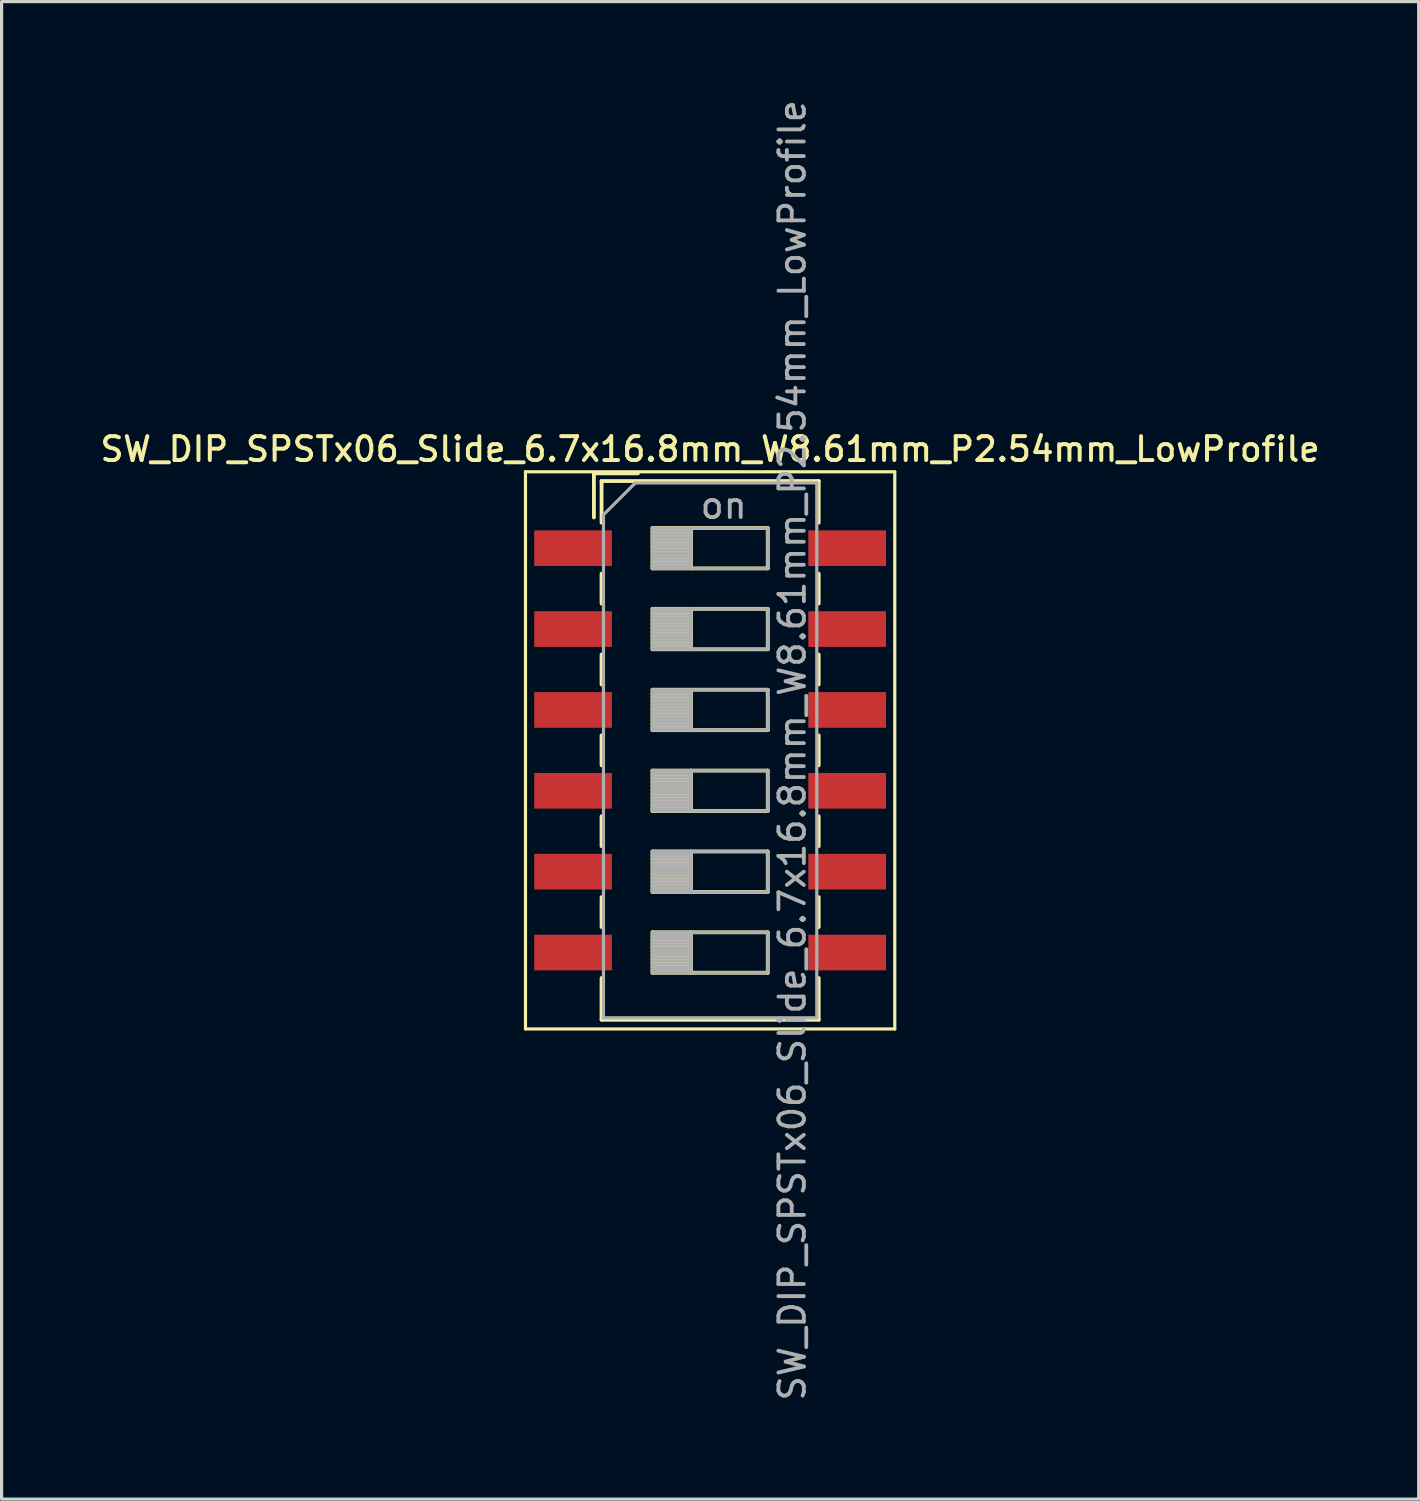
<source format=kicad_pcb>
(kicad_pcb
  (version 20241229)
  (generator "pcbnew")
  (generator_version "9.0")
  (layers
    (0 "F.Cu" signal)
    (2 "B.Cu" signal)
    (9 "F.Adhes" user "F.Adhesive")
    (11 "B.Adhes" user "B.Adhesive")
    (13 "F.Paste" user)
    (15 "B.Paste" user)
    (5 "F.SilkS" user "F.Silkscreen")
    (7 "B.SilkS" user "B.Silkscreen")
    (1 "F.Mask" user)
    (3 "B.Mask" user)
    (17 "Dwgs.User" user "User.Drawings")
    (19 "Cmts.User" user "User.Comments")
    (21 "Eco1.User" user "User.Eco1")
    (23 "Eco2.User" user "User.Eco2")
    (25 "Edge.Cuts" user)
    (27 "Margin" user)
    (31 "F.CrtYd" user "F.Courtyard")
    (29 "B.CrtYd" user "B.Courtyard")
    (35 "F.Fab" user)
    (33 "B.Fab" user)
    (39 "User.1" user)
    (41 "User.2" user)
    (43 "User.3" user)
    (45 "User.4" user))
  (footprint "SW_DIP_SPSTx06_Slide_6.7x16.8mm_W8.61mm_P2.54mm_LowProfile"
    (layer "F.Cu")
    (at 19.255 20.519)
    (property "Reference" "SW_DIP_SPSTx06_Slide_6.7x16.8mm_W8.61mm_P2.54mm_LowProfile" (at 0 -9.46 0) (layer "F.SilkS") (effects (font (size 0.75 0.75) (thickness 0.125))))
    (attr smd)
    (fp_line (start -5.8 -8.75) (end -5.8 8.75) (stroke (width 0.1) (type solid)) (layer "F.SilkS"))
    (fp_line (start -5.8 8.75) (end 5.8 8.75) (stroke (width 0.1) (type solid)) (layer "F.SilkS"))
    (fp_line (start -3.65 -8.7) (end -3.65 -7.317) (stroke (width 0.12) (type solid)) (layer "F.SilkS"))
    (fp_line (start -3.65 -8.7) (end -2.267 -8.7) (stroke (width 0.12) (type solid)) (layer "F.SilkS"))
    (fp_line (start -3.41 -8.46) (end -3.41 -7.15) (stroke (width 0.12) (type solid)) (layer "F.SilkS"))
    (fp_line (start -3.41 -8.46) (end 3.41 -8.46) (stroke (width 0.12) (type solid)) (layer "F.SilkS"))
    (fp_line (start -3.41 -5.55) (end -3.41 -4.61) (stroke (width 0.12) (type solid)) (layer "F.SilkS"))
    (fp_line (start -3.41 -3.01) (end -3.41 -2.07) (stroke (width 0.12) (type solid)) (layer "F.SilkS"))
    (fp_line (start -3.41 -0.47) (end -3.41 0.47) (stroke (width 0.12) (type solid)) (layer "F.SilkS"))
    (fp_line (start -3.41 2.07) (end -3.41 3.01) (stroke (width 0.12) (type solid)) (layer "F.SilkS"))
    (fp_line (start -3.41 4.61) (end -3.41 5.55) (stroke (width 0.12) (type solid)) (layer "F.SilkS"))
    (fp_line (start -3.41 7.15) (end -3.41 8.461) (stroke (width 0.12) (type solid)) (layer "F.SilkS"))
    (fp_line (start -3.41 8.461) (end 3.41 8.461) (stroke (width 0.12) (type solid)) (layer "F.SilkS"))
    (fp_line (start -1.81 -6.985) (end -1.81 -5.715) (stroke (width 0.12) (type solid)) (layer "F.SilkS"))
    (fp_line (start -1.81 -6.865) (end -0.603 -6.865) (stroke (width 0.12) (type solid)) (layer "F.SilkS"))
    (fp_line (start -1.81 -6.745) (end -0.603 -6.745) (stroke (width 0.12) (type solid)) (layer "F.SilkS"))
    (fp_line (start -1.81 -6.625) (end -0.603 -6.625) (stroke (width 0.12) (type solid)) (layer "F.SilkS"))
    (fp_line (start -1.81 -6.505) (end -0.603 -6.505) (stroke (width 0.12) (type solid)) (layer "F.SilkS"))
    (fp_line (start -1.81 -6.385) (end -0.603 -6.385) (stroke (width 0.12) (type solid)) (layer "F.SilkS"))
    (fp_line (start -1.81 -6.265) (end -0.603 -6.265) (stroke (width 0.12) (type solid)) (layer "F.SilkS"))
    (fp_line (start -1.81 -6.145) (end -0.603 -6.145) (stroke (width 0.12) (type solid)) (layer "F.SilkS"))
    (fp_line (start -1.81 -6.025) (end -0.603 -6.025) (stroke (width 0.12) (type solid)) (layer "F.SilkS"))
    (fp_line (start -1.81 -5.905) (end -0.603 -5.905) (stroke (width 0.12) (type solid)) (layer "F.SilkS"))
    (fp_line (start -1.81 -5.785) (end -0.603 -5.785) (stroke (width 0.12) (type solid)) (layer "F.SilkS"))
    (fp_line (start -1.81 -5.715) (end 1.81 -5.715) (stroke (width 0.12) (type solid)) (layer "F.SilkS"))
    (fp_line (start -1.81 -4.445) (end -1.81 -3.175) (stroke (width 0.12) (type solid)) (layer "F.SilkS"))
    (fp_line (start -1.81 -4.325) (end -0.603 -4.325) (stroke (width 0.12) (type solid)) (layer "F.SilkS"))
    (fp_line (start -1.81 -4.205) (end -0.603 -4.205) (stroke (width 0.12) (type solid)) (layer "F.SilkS"))
    (fp_line (start -1.81 -4.085) (end -0.603 -4.085) (stroke (width 0.12) (type solid)) (layer "F.SilkS"))
    (fp_line (start -1.81 -3.965) (end -0.603 -3.965) (stroke (width 0.12) (type solid)) (layer "F.SilkS"))
    (fp_line (start -1.81 -3.845) (end -0.603 -3.845) (stroke (width 0.12) (type solid)) (layer "F.SilkS"))
    (fp_line (start -1.81 -3.725) (end -0.603 -3.725) (stroke (width 0.12) (type solid)) (layer "F.SilkS"))
    (fp_line (start -1.81 -3.605) (end -0.603 -3.605) (stroke (width 0.12) (type solid)) (layer "F.SilkS"))
    (fp_line (start -1.81 -3.485) (end -0.603 -3.485) (stroke (width 0.12) (type solid)) (layer "F.SilkS"))
    (fp_line (start -1.81 -3.365) (end -0.603 -3.365) (stroke (width 0.12) (type solid)) (layer "F.SilkS"))
    (fp_line (start -1.81 -3.245) (end -0.603 -3.245) (stroke (width 0.12) (type solid)) (layer "F.SilkS"))
    (fp_line (start -1.81 -3.175) (end 1.81 -3.175) (stroke (width 0.12) (type solid)) (layer "F.SilkS"))
    (fp_line (start -1.81 -1.905) (end -1.81 -0.635) (stroke (width 0.12) (type solid)) (layer "F.SilkS"))
    (fp_line (start -1.81 -1.785) (end -0.603 -1.785) (stroke (width 0.12) (type solid)) (layer "F.SilkS"))
    (fp_line (start -1.81 -1.665) (end -0.603 -1.665) (stroke (width 0.12) (type solid)) (layer "F.SilkS"))
    (fp_line (start -1.81 -1.545) (end -0.603 -1.545) (stroke (width 0.12) (type solid)) (layer "F.SilkS"))
    (fp_line (start -1.81 -1.425) (end -0.603 -1.425) (stroke (width 0.12) (type solid)) (layer "F.SilkS"))
    (fp_line (start -1.81 -1.305) (end -0.603 -1.305) (stroke (width 0.12) (type solid)) (layer "F.SilkS"))
    (fp_line (start -1.81 -1.185) (end -0.603 -1.185) (stroke (width 0.12) (type solid)) (layer "F.SilkS"))
    (fp_line (start -1.81 -1.065) (end -0.603 -1.065) (stroke (width 0.12) (type solid)) (layer "F.SilkS"))
    (fp_line (start -1.81 -0.945) (end -0.603 -0.945) (stroke (width 0.12) (type solid)) (layer "F.SilkS"))
    (fp_line (start -1.81 -0.825) (end -0.603 -0.825) (stroke (width 0.12) (type solid)) (layer "F.SilkS"))
    (fp_line (start -1.81 -0.705) (end -0.603 -0.705) (stroke (width 0.12) (type solid)) (layer "F.SilkS"))
    (fp_line (start -1.81 -0.635) (end 1.81 -0.635) (stroke (width 0.12) (type solid)) (layer "F.SilkS"))
    (fp_line (start -1.81 0.635) (end -1.81 1.905) (stroke (width 0.12) (type solid)) (layer "F.SilkS"))
    (fp_line (start -1.81 0.755) (end -0.603 0.755) (stroke (width 0.12) (type solid)) (layer "F.SilkS"))
    (fp_line (start -1.81 0.875) (end -0.603 0.875) (stroke (width 0.12) (type solid)) (layer "F.SilkS"))
    (fp_line (start -1.81 0.995) (end -0.603 0.995) (stroke (width 0.12) (type solid)) (layer "F.SilkS"))
    (fp_line (start -1.81 1.115) (end -0.603 1.115) (stroke (width 0.12) (type solid)) (layer "F.SilkS"))
    (fp_line (start -1.81 1.235) (end -0.603 1.235) (stroke (width 0.12) (type solid)) (layer "F.SilkS"))
    (fp_line (start -1.81 1.355) (end -0.603 1.355) (stroke (width 0.12) (type solid)) (layer "F.SilkS"))
    (fp_line (start -1.81 1.475) (end -0.603 1.475) (stroke (width 0.12) (type solid)) (layer "F.SilkS"))
    (fp_line (start -1.81 1.595) (end -0.603 1.595) (stroke (width 0.12) (type solid)) (layer "F.SilkS"))
    (fp_line (start -1.81 1.715) (end -0.603 1.715) (stroke (width 0.12) (type solid)) (layer "F.SilkS"))
    (fp_line (start -1.81 1.835) (end -0.603 1.835) (stroke (width 0.12) (type solid)) (layer "F.SilkS"))
    (fp_line (start -1.81 1.905) (end 1.81 1.905) (stroke (width 0.12) (type solid)) (layer "F.SilkS"))
    (fp_line (start -1.81 3.175) (end -1.81 4.445) (stroke (width 0.12) (type solid)) (layer "F.SilkS"))
    (fp_line (start -1.81 3.295) (end -0.603 3.295) (stroke (width 0.12) (type solid)) (layer "F.SilkS"))
    (fp_line (start -1.81 3.415) (end -0.603 3.415) (stroke (width 0.12) (type solid)) (layer "F.SilkS"))
    (fp_line (start -1.81 3.535) (end -0.603 3.535) (stroke (width 0.12) (type solid)) (layer "F.SilkS"))
    (fp_line (start -1.81 3.655) (end -0.603 3.655) (stroke (width 0.12) (type solid)) (layer "F.SilkS"))
    (fp_line (start -1.81 3.775) (end -0.603 3.775) (stroke (width 0.12) (type solid)) (layer "F.SilkS"))
    (fp_line (start -1.81 3.895) (end -0.603 3.895) (stroke (width 0.12) (type solid)) (layer "F.SilkS"))
    (fp_line (start -1.81 4.015) (end -0.603 4.015) (stroke (width 0.12) (type solid)) (layer "F.SilkS"))
    (fp_line (start -1.81 4.135) (end -0.603 4.135) (stroke (width 0.12) (type solid)) (layer "F.SilkS"))
    (fp_line (start -1.81 4.255) (end -0.603 4.255) (stroke (width 0.12) (type solid)) (layer "F.SilkS"))
    (fp_line (start -1.81 4.375) (end -0.603 4.375) (stroke (width 0.12) (type solid)) (layer "F.SilkS"))
    (fp_line (start -1.81 4.445) (end 1.81 4.445) (stroke (width 0.12) (type solid)) (layer "F.SilkS"))
    (fp_line (start -1.81 5.715) (end -1.81 6.985) (stroke (width 0.12) (type solid)) (layer "F.SilkS"))
    (fp_line (start -1.81 5.835) (end -0.603 5.835) (stroke (width 0.12) (type solid)) (layer "F.SilkS"))
    (fp_line (start -1.81 5.955) (end -0.603 5.955) (stroke (width 0.12) (type solid)) (layer "F.SilkS"))
    (fp_line (start -1.81 6.075) (end -0.603 6.075) (stroke (width 0.12) (type solid)) (layer "F.SilkS"))
    (fp_line (start -1.81 6.195) (end -0.603 6.195) (stroke (width 0.12) (type solid)) (layer "F.SilkS"))
    (fp_line (start -1.81 6.315) (end -0.603 6.315) (stroke (width 0.12) (type solid)) (layer "F.SilkS"))
    (fp_line (start -1.81 6.435) (end -0.603 6.435) (stroke (width 0.12) (type solid)) (layer "F.SilkS"))
    (fp_line (start -1.81 6.555) (end -0.603 6.555) (stroke (width 0.12) (type solid)) (layer "F.SilkS"))
    (fp_line (start -1.81 6.675) (end -0.603 6.675) (stroke (width 0.12) (type solid)) (layer "F.SilkS"))
    (fp_line (start -1.81 6.795) (end -0.603 6.795) (stroke (width 0.12) (type solid)) (layer "F.SilkS"))
    (fp_line (start -1.81 6.915) (end -0.603 6.915) (stroke (width 0.12) (type solid)) (layer "F.SilkS"))
    (fp_line (start -1.81 6.985) (end 1.81 6.985) (stroke (width 0.12) (type solid)) (layer "F.SilkS"))
    (fp_line (start -0.603 -6.985) (end -0.603 -5.715) (stroke (width 0.12) (type solid)) (layer "F.SilkS"))
    (fp_line (start -0.603 -4.445) (end -0.603 -3.175) (stroke (width 0.12) (type solid)) (layer "F.SilkS"))
    (fp_line (start -0.603 -1.905) (end -0.603 -0.635) (stroke (width 0.12) (type solid)) (layer "F.SilkS"))
    (fp_line (start -0.603 0.635) (end -0.603 1.905) (stroke (width 0.12) (type solid)) (layer "F.SilkS"))
    (fp_line (start -0.603 3.175) (end -0.603 4.445) (stroke (width 0.12) (type solid)) (layer "F.SilkS"))
    (fp_line (start -0.603 5.715) (end -0.603 6.985) (stroke (width 0.12) (type solid)) (layer "F.SilkS"))
    (fp_line (start 1.81 -6.985) (end -1.81 -6.985) (stroke (width 0.12) (type solid)) (layer "F.SilkS"))
    (fp_line (start 1.81 -5.715) (end 1.81 -6.985) (stroke (width 0.12) (type solid)) (layer "F.SilkS"))
    (fp_line (start 1.81 -4.445) (end -1.81 -4.445) (stroke (width 0.12) (type solid)) (layer "F.SilkS"))
    (fp_line (start 1.81 -3.175) (end 1.81 -4.445) (stroke (width 0.12) (type solid)) (layer "F.SilkS"))
    (fp_line (start 1.81 -1.905) (end -1.81 -1.905) (stroke (width 0.12) (type solid)) (layer "F.SilkS"))
    (fp_line (start 1.81 -0.635) (end 1.81 -1.905) (stroke (width 0.12) (type solid)) (layer "F.SilkS"))
    (fp_line (start 1.81 0.635) (end -1.81 0.635) (stroke (width 0.12) (type solid)) (layer "F.SilkS"))
    (fp_line (start 1.81 1.905) (end 1.81 0.635) (stroke (width 0.12) (type solid)) (layer "F.SilkS"))
    (fp_line (start 1.81 3.175) (end -1.81 3.175) (stroke (width 0.12) (type solid)) (layer "F.SilkS"))
    (fp_line (start 1.81 4.445) (end 1.81 3.175) (stroke (width 0.12) (type solid)) (layer "F.SilkS"))
    (fp_line (start 1.81 5.715) (end -1.81 5.715) (stroke (width 0.12) (type solid)) (layer "F.SilkS"))
    (fp_line (start 1.81 6.985) (end 1.81 5.715) (stroke (width 0.12) (type solid)) (layer "F.SilkS"))
    (fp_line (start 3.41 -8.46) (end 3.41 -7.15) (stroke (width 0.12) (type solid)) (layer "F.SilkS"))
    (fp_line (start 3.41 -5.55) (end 3.41 -4.61) (stroke (width 0.12) (type solid)) (layer "F.SilkS"))
    (fp_line (start 3.41 -3.01) (end 3.41 -2.07) (stroke (width 0.12) (type solid)) (layer "F.SilkS"))
    (fp_line (start 3.41 -0.47) (end 3.41 0.47) (stroke (width 0.12) (type solid)) (layer "F.SilkS"))
    (fp_line (start 3.41 2.07) (end 3.41 3.01) (stroke (width 0.12) (type solid)) (layer "F.SilkS"))
    (fp_line (start 3.41 4.61) (end 3.41 5.55) (stroke (width 0.12) (type solid)) (layer "F.SilkS"))
    (fp_line (start 3.41 7.15) (end 3.41 8.461) (stroke (width 0.12) (type solid)) (layer "F.SilkS"))
    (fp_line (start 5.8 -8.75) (end -5.8 -8.75) (stroke (width 0.1) (type solid)) (layer "F.SilkS"))
    (fp_line (start 5.8 8.75) (end 5.8 -8.75) (stroke (width 0.1) (type solid)) (layer "F.SilkS"))
    (fp_line (start -3.35 -7.4) (end -2.35 -8.4) (stroke (width 0.1) (type solid)) (layer "F.Fab"))
    (fp_line (start -3.35 8.4) (end -3.35 -7.4) (stroke (width 0.1) (type solid)) (layer "F.Fab"))
    (fp_line (start -2.35 -8.4) (end 3.35 -8.4) (stroke (width 0.1) (type solid)) (layer "F.Fab"))
    (fp_line (start -1.81 -6.985) (end -1.81 -5.715) (stroke (width 0.1) (type solid)) (layer "F.Fab"))
    (fp_line (start -1.81 -6.885) (end -0.603 -6.885) (stroke (width 0.1) (type solid)) (layer "F.Fab"))
    (fp_line (start -1.81 -6.785) (end -0.603 -6.785) (stroke (width 0.1) (type solid)) (layer "F.Fab"))
    (fp_line (start -1.81 -6.685) (end -0.603 -6.685) (stroke (width 0.1) (type solid)) (layer "F.Fab"))
    (fp_line (start -1.81 -6.585) (end -0.603 -6.585) (stroke (width 0.1) (type solid)) (layer "F.Fab"))
    (fp_line (start -1.81 -6.485) (end -0.603 -6.485) (stroke (width 0.1) (type solid)) (layer "F.Fab"))
    (fp_line (start -1.81 -6.385) (end -0.603 -6.385) (stroke (width 0.1) (type solid)) (layer "F.Fab"))
    (fp_line (start -1.81 -6.285) (end -0.603 -6.285) (stroke (width 0.1) (type solid)) (layer "F.Fab"))
    (fp_line (start -1.81 -6.185) (end -0.603 -6.185) (stroke (width 0.1) (type solid)) (layer "F.Fab"))
    (fp_line (start -1.81 -6.085) (end -0.603 -6.085) (stroke (width 0.1) (type solid)) (layer "F.Fab"))
    (fp_line (start -1.81 -5.985) (end -0.603 -5.985) (stroke (width 0.1) (type solid)) (layer "F.Fab"))
    (fp_line (start -1.81 -5.885) (end -0.603 -5.885) (stroke (width 0.1) (type solid)) (layer "F.Fab"))
    (fp_line (start -1.81 -5.785) (end -0.603 -5.785) (stroke (width 0.1) (type solid)) (layer "F.Fab"))
    (fp_line (start -1.81 -5.715) (end 1.81 -5.715) (stroke (width 0.1) (type solid)) (layer "F.Fab"))
    (fp_line (start -1.81 -4.445) (end -1.81 -3.175) (stroke (width 0.1) (type solid)) (layer "F.Fab"))
    (fp_line (start -1.81 -4.345) (end -0.603 -4.345) (stroke (width 0.1) (type solid)) (layer "F.Fab"))
    (fp_line (start -1.81 -4.245) (end -0.603 -4.245) (stroke (width 0.1) (type solid)) (layer "F.Fab"))
    (fp_line (start -1.81 -4.145) (end -0.603 -4.145) (stroke (width 0.1) (type solid)) (layer "F.Fab"))
    (fp_line (start -1.81 -4.045) (end -0.603 -4.045) (stroke (width 0.1) (type solid)) (layer "F.Fab"))
    (fp_line (start -1.81 -3.945) (end -0.603 -3.945) (stroke (width 0.1) (type solid)) (layer "F.Fab"))
    (fp_line (start -1.81 -3.845) (end -0.603 -3.845) (stroke (width 0.1) (type solid)) (layer "F.Fab"))
    (fp_line (start -1.81 -3.745) (end -0.603 -3.745) (stroke (width 0.1) (type solid)) (layer "F.Fab"))
    (fp_line (start -1.81 -3.645) (end -0.603 -3.645) (stroke (width 0.1) (type solid)) (layer "F.Fab"))
    (fp_line (start -1.81 -3.545) (end -0.603 -3.545) (stroke (width 0.1) (type solid)) (layer "F.Fab"))
    (fp_line (start -1.81 -3.445) (end -0.603 -3.445) (stroke (width 0.1) (type solid)) (layer "F.Fab"))
    (fp_line (start -1.81 -3.345) (end -0.603 -3.345) (stroke (width 0.1) (type solid)) (layer "F.Fab"))
    (fp_line (start -1.81 -3.245) (end -0.603 -3.245) (stroke (width 0.1) (type solid)) (layer "F.Fab"))
    (fp_line (start -1.81 -3.175) (end 1.81 -3.175) (stroke (width 0.1) (type solid)) (layer "F.Fab"))
    (fp_line (start -1.81 -1.905) (end -1.81 -0.635) (stroke (width 0.1) (type solid)) (layer "F.Fab"))
    (fp_line (start -1.81 -1.805) (end -0.603 -1.805) (stroke (width 0.1) (type solid)) (layer "F.Fab"))
    (fp_line (start -1.81 -1.705) (end -0.603 -1.705) (stroke (width 0.1) (type solid)) (layer "F.Fab"))
    (fp_line (start -1.81 -1.605) (end -0.603 -1.605) (stroke (width 0.1) (type solid)) (layer "F.Fab"))
    (fp_line (start -1.81 -1.505) (end -0.603 -1.505) (stroke (width 0.1) (type solid)) (layer "F.Fab"))
    (fp_line (start -1.81 -1.405) (end -0.603 -1.405) (stroke (width 0.1) (type solid)) (layer "F.Fab"))
    (fp_line (start -1.81 -1.305) (end -0.603 -1.305) (stroke (width 0.1) (type solid)) (layer "F.Fab"))
    (fp_line (start -1.81 -1.205) (end -0.603 -1.205) (stroke (width 0.1) (type solid)) (layer "F.Fab"))
    (fp_line (start -1.81 -1.105) (end -0.603 -1.105) (stroke (width 0.1) (type solid)) (layer "F.Fab"))
    (fp_line (start -1.81 -1.005) (end -0.603 -1.005) (stroke (width 0.1) (type solid)) (layer "F.Fab"))
    (fp_line (start -1.81 -0.905) (end -0.603 -0.905) (stroke (width 0.1) (type solid)) (layer "F.Fab"))
    (fp_line (start -1.81 -0.805) (end -0.603 -0.805) (stroke (width 0.1) (type solid)) (layer "F.Fab"))
    (fp_line (start -1.81 -0.705) (end -0.603 -0.705) (stroke (width 0.1) (type solid)) (layer "F.Fab"))
    (fp_line (start -1.81 -0.635) (end 1.81 -0.635) (stroke (width 0.1) (type solid)) (layer "F.Fab"))
    (fp_line (start -1.81 0.635) (end -1.81 1.905) (stroke (width 0.1) (type solid)) (layer "F.Fab"))
    (fp_line (start -1.81 0.735) (end -0.603 0.735) (stroke (width 0.1) (type solid)) (layer "F.Fab"))
    (fp_line (start -1.81 0.835) (end -0.603 0.835) (stroke (width 0.1) (type solid)) (layer "F.Fab"))
    (fp_line (start -1.81 0.935) (end -0.603 0.935) (stroke (width 0.1) (type solid)) (layer "F.Fab"))
    (fp_line (start -1.81 1.035) (end -0.603 1.035) (stroke (width 0.1) (type solid)) (layer "F.Fab"))
    (fp_line (start -1.81 1.135) (end -0.603 1.135) (stroke (width 0.1) (type solid)) (layer "F.Fab"))
    (fp_line (start -1.81 1.235) (end -0.603 1.235) (stroke (width 0.1) (type solid)) (layer "F.Fab"))
    (fp_line (start -1.81 1.335) (end -0.603 1.335) (stroke (width 0.1) (type solid)) (layer "F.Fab"))
    (fp_line (start -1.81 1.435) (end -0.603 1.435) (stroke (width 0.1) (type solid)) (layer "F.Fab"))
    (fp_line (start -1.81 1.535) (end -0.603 1.535) (stroke (width 0.1) (type solid)) (layer "F.Fab"))
    (fp_line (start -1.81 1.635) (end -0.603 1.635) (stroke (width 0.1) (type solid)) (layer "F.Fab"))
    (fp_line (start -1.81 1.735) (end -0.603 1.735) (stroke (width 0.1) (type solid)) (layer "F.Fab"))
    (fp_line (start -1.81 1.835) (end -0.603 1.835) (stroke (width 0.1) (type solid)) (layer "F.Fab"))
    (fp_line (start -1.81 1.905) (end 1.81 1.905) (stroke (width 0.1) (type solid)) (layer "F.Fab"))
    (fp_line (start -1.81 3.175) (end -1.81 4.445) (stroke (width 0.1) (type solid)) (layer "F.Fab"))
    (fp_line (start -1.81 3.275) (end -0.603 3.275) (stroke (width 0.1) (type solid)) (layer "F.Fab"))
    (fp_line (start -1.81 3.375) (end -0.603 3.375) (stroke (width 0.1) (type solid)) (layer "F.Fab"))
    (fp_line (start -1.81 3.475) (end -0.603 3.475) (stroke (width 0.1) (type solid)) (layer "F.Fab"))
    (fp_line (start -1.81 3.575) (end -0.603 3.575) (stroke (width 0.1) (type solid)) (layer "F.Fab"))
    (fp_line (start -1.81 3.675) (end -0.603 3.675) (stroke (width 0.1) (type solid)) (layer "F.Fab"))
    (fp_line (start -1.81 3.775) (end -0.603 3.775) (stroke (width 0.1) (type solid)) (layer "F.Fab"))
    (fp_line (start -1.81 3.875) (end -0.603 3.875) (stroke (width 0.1) (type solid)) (layer "F.Fab"))
    (fp_line (start -1.81 3.975) (end -0.603 3.975) (stroke (width 0.1) (type solid)) (layer "F.Fab"))
    (fp_line (start -1.81 4.075) (end -0.603 4.075) (stroke (width 0.1) (type solid)) (layer "F.Fab"))
    (fp_line (start -1.81 4.175) (end -0.603 4.175) (stroke (width 0.1) (type solid)) (layer "F.Fab"))
    (fp_line (start -1.81 4.275) (end -0.603 4.275) (stroke (width 0.1) (type solid)) (layer "F.Fab"))
    (fp_line (start -1.81 4.375) (end -0.603 4.375) (stroke (width 0.1) (type solid)) (layer "F.Fab"))
    (fp_line (start -1.81 4.445) (end 1.81 4.445) (stroke (width 0.1) (type solid)) (layer "F.Fab"))
    (fp_line (start -1.81 5.715) (end -1.81 6.985) (stroke (width 0.1) (type solid)) (layer "F.Fab"))
    (fp_line (start -1.81 5.815) (end -0.603 5.815) (stroke (width 0.1) (type solid)) (layer "F.Fab"))
    (fp_line (start -1.81 5.915) (end -0.603 5.915) (stroke (width 0.1) (type solid)) (layer "F.Fab"))
    (fp_line (start -1.81 6.015) (end -0.603 6.015) (stroke (width 0.1) (type solid)) (layer "F.Fab"))
    (fp_line (start -1.81 6.115) (end -0.603 6.115) (stroke (width 0.1) (type solid)) (layer "F.Fab"))
    (fp_line (start -1.81 6.215) (end -0.603 6.215) (stroke (width 0.1) (type solid)) (layer "F.Fab"))
    (fp_line (start -1.81 6.315) (end -0.603 6.315) (stroke (width 0.1) (type solid)) (layer "F.Fab"))
    (fp_line (start -1.81 6.415) (end -0.603 6.415) (stroke (width 0.1) (type solid)) (layer "F.Fab"))
    (fp_line (start -1.81 6.515) (end -0.603 6.515) (stroke (width 0.1) (type solid)) (layer "F.Fab"))
    (fp_line (start -1.81 6.615) (end -0.603 6.615) (stroke (width 0.1) (type solid)) (layer "F.Fab"))
    (fp_line (start -1.81 6.715) (end -0.603 6.715) (stroke (width 0.1) (type solid)) (layer "F.Fab"))
    (fp_line (start -1.81 6.815) (end -0.603 6.815) (stroke (width 0.1) (type solid)) (layer "F.Fab"))
    (fp_line (start -1.81 6.915) (end -0.603 6.915) (stroke (width 0.1) (type solid)) (layer "F.Fab"))
    (fp_line (start -1.81 6.985) (end 1.81 6.985) (stroke (width 0.1) (type solid)) (layer "F.Fab"))
    (fp_line (start -0.603 -6.985) (end -0.603 -5.715) (stroke (width 0.1) (type solid)) (layer "F.Fab"))
    (fp_line (start -0.603 -4.445) (end -0.603 -3.175) (stroke (width 0.1) (type solid)) (layer "F.Fab"))
    (fp_line (start -0.603 -1.905) (end -0.603 -0.635) (stroke (width 0.1) (type solid)) (layer "F.Fab"))
    (fp_line (start -0.603 0.635) (end -0.603 1.905) (stroke (width 0.1) (type solid)) (layer "F.Fab"))
    (fp_line (start -0.603 3.175) (end -0.603 4.445) (stroke (width 0.1) (type solid)) (layer "F.Fab"))
    (fp_line (start -0.603 5.715) (end -0.603 6.985) (stroke (width 0.1) (type solid)) (layer "F.Fab"))
    (fp_line (start 1.81 -6.985) (end -1.81 -6.985) (stroke (width 0.1) (type solid)) (layer "F.Fab"))
    (fp_line (start 1.81 -5.715) (end 1.81 -6.985) (stroke (width 0.1) (type solid)) (layer "F.Fab"))
    (fp_line (start 1.81 -4.445) (end -1.81 -4.445) (stroke (width 0.1) (type solid)) (layer "F.Fab"))
    (fp_line (start 1.81 -3.175) (end 1.81 -4.445) (stroke (width 0.1) (type solid)) (layer "F.Fab"))
    (fp_line (start 1.81 -1.905) (end -1.81 -1.905) (stroke (width 0.1) (type solid)) (layer "F.Fab"))
    (fp_line (start 1.81 -0.635) (end 1.81 -1.905) (stroke (width 0.1) (type solid)) (layer "F.Fab"))
    (fp_line (start 1.81 0.635) (end -1.81 0.635) (stroke (width 0.1) (type solid)) (layer "F.Fab"))
    (fp_line (start 1.81 1.905) (end 1.81 0.635) (stroke (width 0.1) (type solid)) (layer "F.Fab"))
    (fp_line (start 1.81 3.175) (end -1.81 3.175) (stroke (width 0.1) (type solid)) (layer "F.Fab"))
    (fp_line (start 1.81 4.445) (end 1.81 3.175) (stroke (width 0.1) (type solid)) (layer "F.Fab"))
    (fp_line (start 1.81 5.715) (end -1.81 5.715) (stroke (width 0.1) (type solid)) (layer "F.Fab"))
    (fp_line (start 1.81 6.985) (end 1.81 5.715) (stroke (width 0.1) (type solid)) (layer "F.Fab"))
    (fp_line (start 3.35 -8.4) (end 3.35 8.4) (stroke (width 0.1) (type solid)) (layer "F.Fab"))
    (fp_line (start 3.35 8.4) (end -3.35 8.4) (stroke (width 0.1) (type solid)) (layer "F.Fab"))
    (fp_text user "${REFERENCE}" (at 2.58 0 90) (layer "F.Fab") (effects (font (size 0.8 0.8) (thickness 0.12))))
    (fp_text user "on" (at 0.427 -7.692 0) (layer "F.Fab") (effects (font (size 0.8 0.8) (thickness 0.12))))
    (pad "1" smd rect (at -4.305 -6.35) (size 2.44 1.12) (layers "F.Cu" "F.Mask" "F.Paste"))
    (pad "2" smd rect (at -4.305 -3.81) (size 2.44 1.12) (layers "F.Cu" "F.Mask" "F.Paste"))
    (pad "3" smd rect (at -4.305 -1.27) (size 2.44 1.12) (layers "F.Cu" "F.Mask" "F.Paste"))
    (pad "4" smd rect (at -4.305 1.27) (size 2.44 1.12) (layers "F.Cu" "F.Mask" "F.Paste"))
    (pad "5" smd rect (at -4.305 3.81) (size 2.44 1.12) (layers "F.Cu" "F.Mask" "F.Paste"))
    (pad "6" smd rect (at -4.305 6.35) (size 2.44 1.12) (layers "F.Cu" "F.Mask" "F.Paste"))
    (pad "7" smd rect (at 4.305 6.35) (size 2.44 1.12) (layers "F.Cu" "F.Mask" "F.Paste"))
    (pad "8" smd rect (at 4.305 3.81) (size 2.44 1.12) (layers "F.Cu" "F.Mask" "F.Paste"))
    (pad "9" smd rect (at 4.305 1.27) (size 2.44 1.12) (layers "F.Cu" "F.Mask" "F.Paste"))
    (pad "10" smd rect (at 4.305 -1.27) (size 2.44 1.12) (layers "F.Cu" "F.Mask" "F.Paste"))
    (pad "11" smd rect (at 4.305 -3.81) (size 2.44 1.12) (layers "F.Cu" "F.Mask" "F.Paste"))
    (pad "12" smd rect (at 4.305 -6.35) (size 2.44 1.12) (layers "F.Cu" "F.Mask" "F.Paste")))
  (gr_rect
    (start -3 -3)
    (end 41.511 44.038)
    (stroke (width 0.1) (type default))
    (fill no)
    (layer "Edge.Cuts")))
</source>
